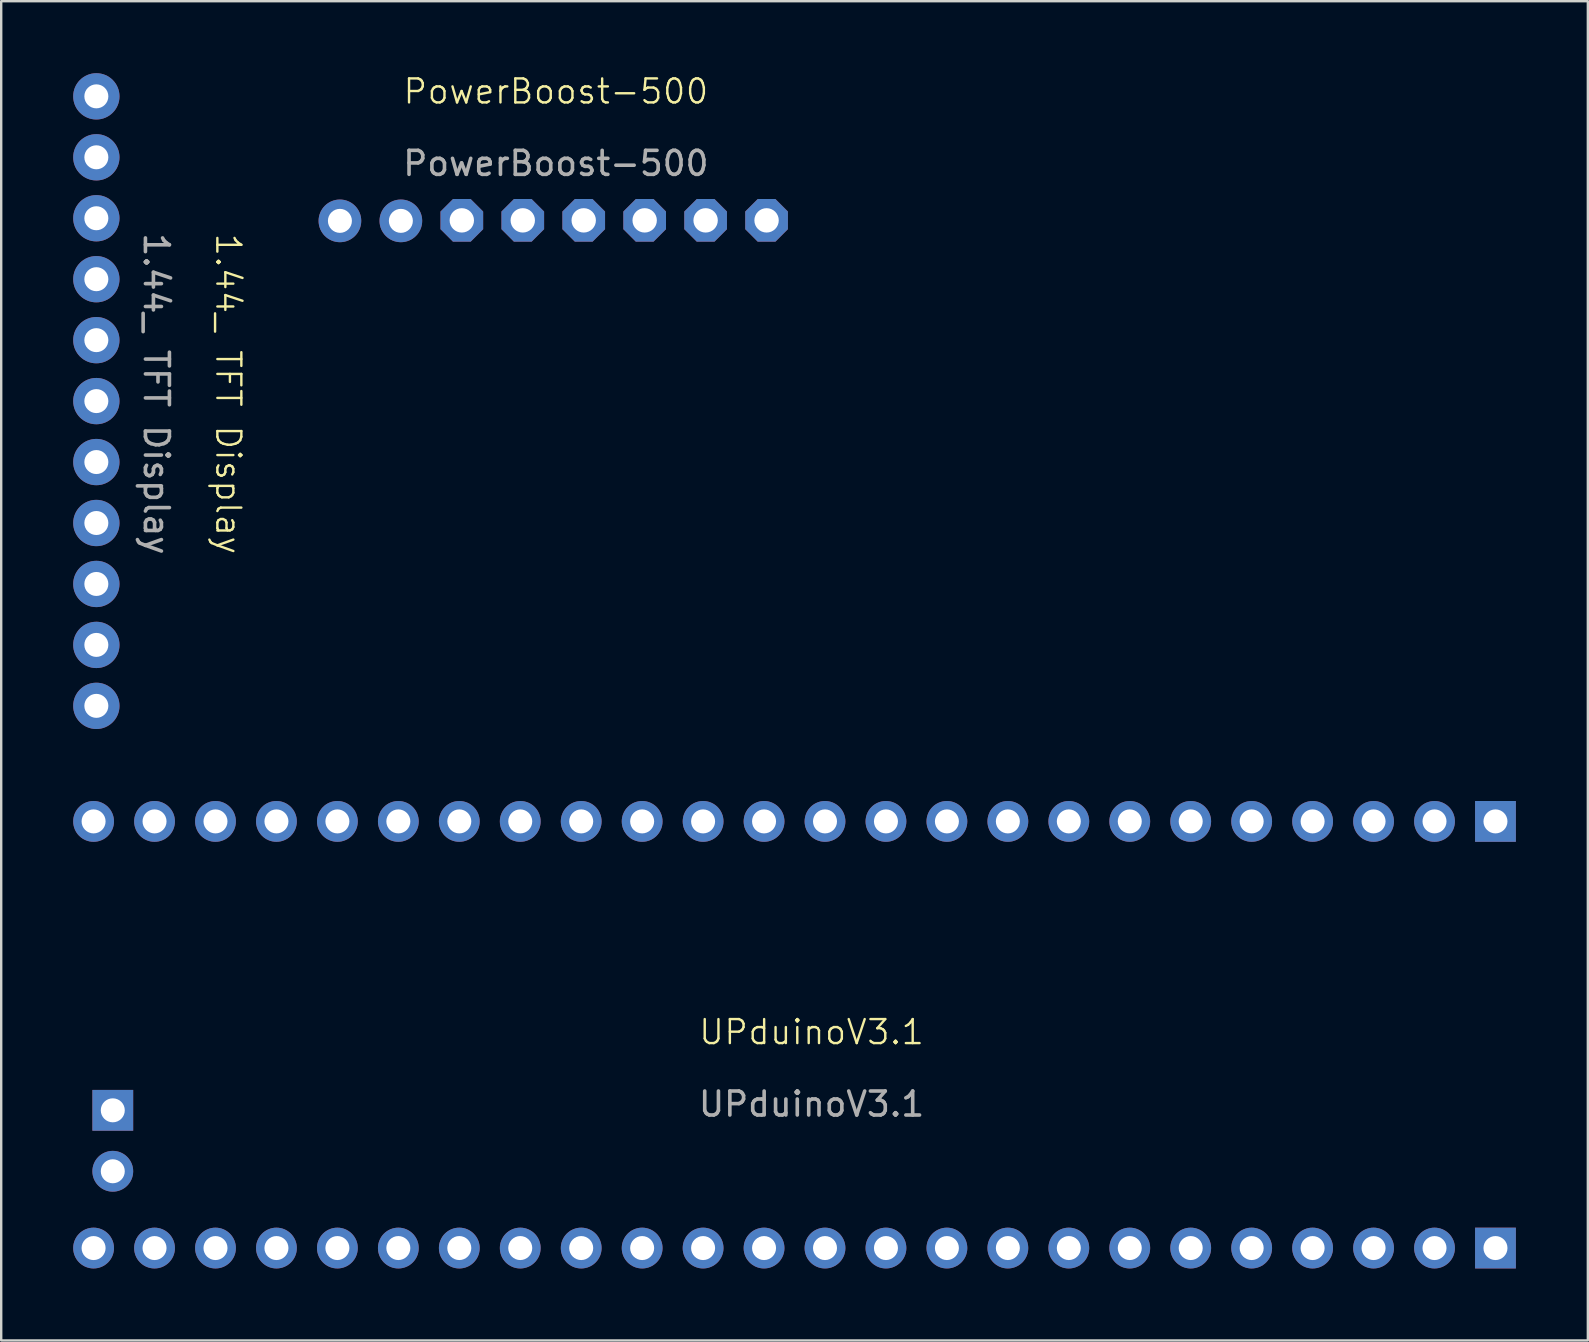
<source format=kicad_pcb>
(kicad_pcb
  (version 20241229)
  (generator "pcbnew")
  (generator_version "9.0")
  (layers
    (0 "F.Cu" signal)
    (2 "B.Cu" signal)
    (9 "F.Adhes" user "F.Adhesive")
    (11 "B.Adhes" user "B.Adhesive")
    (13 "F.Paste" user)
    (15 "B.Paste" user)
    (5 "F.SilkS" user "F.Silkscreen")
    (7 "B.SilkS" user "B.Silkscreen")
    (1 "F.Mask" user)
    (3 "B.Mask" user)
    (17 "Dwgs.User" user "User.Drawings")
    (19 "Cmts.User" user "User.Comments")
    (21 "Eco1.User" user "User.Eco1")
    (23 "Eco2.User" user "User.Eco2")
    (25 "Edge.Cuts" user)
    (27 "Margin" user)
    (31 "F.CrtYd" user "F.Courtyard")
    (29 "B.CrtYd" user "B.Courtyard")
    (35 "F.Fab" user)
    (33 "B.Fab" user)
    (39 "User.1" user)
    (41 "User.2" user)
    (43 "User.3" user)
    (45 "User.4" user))
  (footprint "UPduinoV3.1"
    (layer "F.Cu")
    (at 30.77 40.46)
    (property "Reference" "UPduinoV3.1" (at 0 -0.5 0) (unlocked yes) (layer "F.SilkS") (effects (font (size 1 1) (thickness 0.1))))
    (attr smd)
    (fp_text user "${REFERENCE}" (at 0 2.5 0) (unlocked yes) (layer "F.Fab") (effects (font (size 1 1) (thickness 0.15))))
    (pad "1" thru_hole rect (at 28.5 -9.28 270) (size 1.7 1.7) (drill 1) (layers "*.Cu" "*.Mask"))
    (pad "1" thru_hole rect (at 28.5 8.5 270) (size 1.7 1.7) (drill 1) (layers "*.Cu" "*.Mask"))
    (pad "2" thru_hole oval (at 25.96 -9.28 270) (size 1.7 1.7) (drill 1) (layers "*.Cu" "*.Mask"))
    (pad "2" thru_hole oval (at 25.96 8.5 270) (size 1.7 1.7) (drill 1) (layers "*.Cu" "*.Mask"))
    (pad "3" thru_hole oval (at 23.42 -9.28 270) (size 1.7 1.7) (drill 1) (layers "*.Cu" "*.Mask"))
    (pad "3" thru_hole oval (at 23.42 8.5 270) (size 1.7 1.7) (drill 1) (layers "*.Cu" "*.Mask"))
    (pad "4" thru_hole oval (at 20.88 -9.28 270) (size 1.7 1.7) (drill 1) (layers "*.Cu" "*.Mask"))
    (pad "4" thru_hole oval (at 20.88 8.5 270) (size 1.7 1.7) (drill 1) (layers "*.Cu" "*.Mask"))
    (pad "5" thru_hole oval (at 18.34 -9.28 270) (size 1.7 1.7) (drill 1) (layers "*.Cu" "*.Mask"))
    (pad "5" thru_hole oval (at 18.34 8.5 270) (size 1.7 1.7) (drill 1) (layers "*.Cu" "*.Mask"))
    (pad "6" thru_hole oval (at 15.8 -9.28 270) (size 1.7 1.7) (drill 1) (layers "*.Cu" "*.Mask"))
    (pad "6" thru_hole oval (at 15.8 8.5 270) (size 1.7 1.7) (drill 1) (layers "*.Cu" "*.Mask"))
    (pad "7" thru_hole oval (at -1.98 8.5 270) (size 1.7 1.7) (drill 1) (layers "*.Cu" "*.Mask"))
    (pad "7" thru_hole oval (at 13.26 -9.28 270) (size 1.7 1.7) (drill 1) (layers "*.Cu" "*.Mask"))
    (pad "7" thru_hole oval (at 13.26 8.5 270) (size 1.7 1.7) (drill 1) (layers "*.Cu" "*.Mask"))
    (pad "8" thru_hole oval (at -4.52 8.5 270) (size 1.7 1.7) (drill 1) (layers "*.Cu" "*.Mask"))
    (pad "8" thru_hole oval (at 10.72 -9.28 270) (size 1.7 1.7) (drill 1) (layers "*.Cu" "*.Mask"))
    (pad "8" thru_hole oval (at 10.72 8.5 270) (size 1.7 1.7) (drill 1) (layers "*.Cu" "*.Mask"))
    (pad "9" thru_hole oval (at -7.06 8.5 270) (size 1.7 1.7) (drill 1) (layers "*.Cu" "*.Mask"))
    (pad "9" thru_hole oval (at 8.18 8.5 270) (size 1.7 1.7) (drill 1) (layers "*.Cu" "*.Mask"))
    (pad "10" thru_hole oval (at -9.6 8.5 270) (size 1.7 1.7) (drill 1) (layers "*.Cu" "*.Mask"))
    (pad "10" thru_hole oval (at 5.64 8.5 270) (size 1.7 1.7) (drill 1) (layers "*.Cu" "*.Mask"))
    (pad "11" thru_hole oval (at -12.14 8.5 270) (size 1.7 1.7) (drill 1) (layers "*.Cu" "*.Mask"))
    (pad "11" thru_hole oval (at 3.1 8.5 270) (size 1.7 1.7) (drill 1) (layers "*.Cu" "*.Mask"))
    (pad "12" thru_hole oval (at -14.68 8.5 270) (size 1.7 1.7) (drill 1) (layers "*.Cu" "*.Mask"))
    (pad "12" thru_hole oval (at 0.56 8.5 270) (size 1.7 1.7) (drill 1) (layers "*.Cu" "*.Mask"))
    (pad "13" thru_hole oval (at -17.22 8.5 270) (size 1.7 1.7) (drill 1) (layers "*.Cu" "*.Mask"))
    (pad "14" thru_hole oval (at -19.76 8.5 270) (size 1.7 1.7) (drill 1) (layers "*.Cu" "*.Mask"))
    (pad "15" thru_hole oval (at -22.3 8.5 270) (size 1.7 1.7) (drill 1) (layers "*.Cu" "*.Mask"))
    (pad "16" thru_hole oval (at -24.84 8.5 270) (size 1.7 1.7) (drill 1) (layers "*.Cu" "*.Mask"))
    (pad "17" thru_hole oval (at -27.38 8.5 270) (size 1.7 1.7) (drill 1) (layers "*.Cu" "*.Mask"))
    (pad "18" thru_hole oval (at -29.92 8.5 270) (size 1.7 1.7) (drill 1) (layers "*.Cu" "*.Mask"))
    (pad "19" thru_hole oval (at 8.18 -9.28 270) (size 1.7 1.7) (drill 1) (layers "*.Cu" "*.Mask"))
    (pad "20" thru_hole oval (at 5.64 -9.28 270) (size 1.7 1.7) (drill 1) (layers "*.Cu" "*.Mask"))
    (pad "21" thru_hole oval (at 3.1 -9.28 270) (size 1.7 1.7) (drill 1) (layers "*.Cu" "*.Mask"))
    (pad "22" thru_hole oval (at 0.56 -9.28 270) (size 1.7 1.7) (drill 1) (layers "*.Cu" "*.Mask"))
    (pad "23" thru_hole oval (at -1.98 -9.28 270) (size 1.7 1.7) (drill 1) (layers "*.Cu" "*.Mask"))
    (pad "24" thru_hole oval (at -4.52 -9.28 270) (size 1.7 1.7) (drill 1) (layers "*.Cu" "*.Mask"))
    (pad "25" thru_hole oval (at -7.06 -9.28 270) (size 1.7 1.7) (drill 1) (layers "*.Cu" "*.Mask"))
    (pad "26" thru_hole oval (at -9.6 -9.28 270) (size 1.7 1.7) (drill 1) (layers "*.Cu" "*.Mask"))
    (pad "27" thru_hole oval (at -12.14 -9.28 270) (size 1.7 1.7) (drill 1) (layers "*.Cu" "*.Mask"))
    (pad "28" thru_hole oval (at -14.68 -9.28 270) (size 1.7 1.7) (drill 1) (layers "*.Cu" "*.Mask"))
    (pad "29" thru_hole oval (at -17.22 -9.28 270) (size 1.7 1.7) (drill 1) (layers "*.Cu" "*.Mask"))
    (pad "30" thru_hole oval (at -19.76 -9.28 270) (size 1.7 1.7) (drill 1) (layers "*.Cu" "*.Mask"))
    (pad "31" thru_hole oval (at -22.3 -9.28 270) (size 1.7 1.7) (drill 1) (layers "*.Cu" "*.Mask"))
    (pad "32" thru_hole oval (at -24.84 -9.28 270) (size 1.7 1.7) (drill 1) (layers "*.Cu" "*.Mask"))
    (pad "33" thru_hole oval (at -27.38 -9.28 270) (size 1.7 1.7) (drill 1) (layers "*.Cu" "*.Mask"))
    (pad "34" thru_hole oval (at -29.92 -9.28 270) (size 1.7 1.7) (drill 1) (layers "*.Cu" "*.Mask"))
    (pad "35" thru_hole oval (at -29.12 5.3) (size 1.7 1.7) (drill 1) (layers "*.Cu" "*.Mask"))
    (pad "36" thru_hole rect (at -29.12 2.76) (size 1.7 1.7) (drill 1) (layers "*.Cu" "*.Mask")))
  (footprint "PowerBoost-500"
    (layer "F.Cu")
    (at 20.115 1.26)
    (property "Reference" "PowerBoost-500" (at 0 -0.5 0) (unlocked yes) (layer "F.SilkS") (effects (font (size 1 1) (thickness 0.1))))
    (attr smd)
    (fp_text user "${REFERENCE}" (at 0 2.5 0) (unlocked yes) (layer "F.Fab") (effects (font (size 1 1) (thickness 0.15))))
    (pad "1" thru_hole circle (at -9 4.894 90) (size 1.778 1.778) (drill 1) (layers "*.Cu" "*.Mask"))
    (pad "2" thru_hole circle (at -6.46 4.894 90) (size 1.778 1.778) (drill 1) (layers "*.Cu" "*.Mask"))
    (pad "3" thru_hole roundrect (at -3.92 4.873 90) (size 1.778 1.778) (drill 1.016) (layers "*.Cu" "*.Mask") (roundrect_rratio 0.25) (chamfer_ratio 0.293) (chamfer top_left top_right bottom_left bottom_right))
    (pad "4" thru_hole roundrect (at -1.38 4.873 90) (size 1.778 1.778) (drill 1.016) (layers "*.Cu" "*.Mask") (roundrect_rratio 0.25) (chamfer_ratio 0.293) (chamfer top_left top_right bottom_left bottom_right))
    (pad "5" thru_hole roundrect (at 1.16 4.873 90) (size 1.778 1.778) (drill 1.016) (layers "*.Cu" "*.Mask") (roundrect_rratio 0.25) (chamfer_ratio 0.293) (chamfer top_left top_right bottom_left bottom_right))
    (pad "6" thru_hole roundrect (at 3.7 4.873 90) (size 1.778 1.778) (drill 1.016) (layers "*.Cu" "*.Mask") (roundrect_rratio 0.25) (chamfer_ratio 0.293) (chamfer top_left top_right bottom_left bottom_right))
    (pad "7" thru_hole roundrect (at 6.24 4.873 90) (size 1.778 1.778) (drill 1.016) (layers "*.Cu" "*.Mask") (roundrect_rratio 0.25) (chamfer_ratio 0.293) (chamfer top_left top_right bottom_left bottom_right))
    (pad "8" thru_hole roundrect (at 8.78 4.873 90) (size 1.778 1.778) (drill 1.016) (layers "*.Cu" "*.Mask") (roundrect_rratio 0.25) (chamfer_ratio 0.293) (chamfer top_left top_right bottom_left bottom_right)))
  (footprint "1.44_ TFT Display"
    (layer "F.Cu")
    (at 4.965 13.365)
    (property "Reference" "1.44_ TFT Display" (at 1.5 0 270) (unlocked yes) (layer "F.SilkS") (effects (font (size 1 1) (thickness 0.1))))
    (attr smd)
    (fp_text user "${REFERENCE}" (at -1.5 0 270) (unlocked yes) (layer "F.Fab") (effects (font (size 1 1) (thickness 0.15))))
    (pad "1" thru_hole circle (at -4 -12.4) (size 1.93 1.93) (drill 1) (layers "*.Cu" "*.Mask"))
    (pad "2" thru_hole circle (at -4 -9.86) (size 1.93 1.93) (drill 1) (layers "*.Cu" "*.Mask"))
    (pad "3" thru_hole circle (at -4 -7.32) (size 1.93 1.93) (drill 1) (layers "*.Cu" "*.Mask"))
    (pad "4" thru_hole circle (at -4 -4.78) (size 1.93 1.93) (drill 1) (layers "*.Cu" "*.Mask"))
    (pad "5" thru_hole circle (at -4 -2.24) (size 1.93 1.93) (drill 1) (layers "*.Cu" "*.Mask"))
    (pad "6" thru_hole circle (at -4 0.3) (size 1.93 1.93) (drill 1) (layers "*.Cu" "*.Mask"))
    (pad "7" thru_hole circle (at -4 2.84) (size 1.93 1.93) (drill 1) (layers "*.Cu" "*.Mask"))
    (pad "8" thru_hole circle (at -4 5.38) (size 1.93 1.93) (drill 1) (layers "*.Cu" "*.Mask"))
    (pad "9" thru_hole circle (at -4 7.92) (size 1.93 1.93) (drill 1) (layers "*.Cu" "*.Mask"))
    (pad "10" thru_hole circle (at -4 10.46) (size 1.93 1.93) (drill 1) (layers "*.Cu" "*.Mask"))
    (pad "11" thru_hole circle (at -4 13) (size 1.93 1.93) (drill 1) (layers "*.Cu" "*.Mask")))
  (gr_rect
    (start -3 -3)
    (end 63.12 52.81)
    (stroke (width 0.1) (type default))
    (fill no)
    (layer "Edge.Cuts")))
</source>
